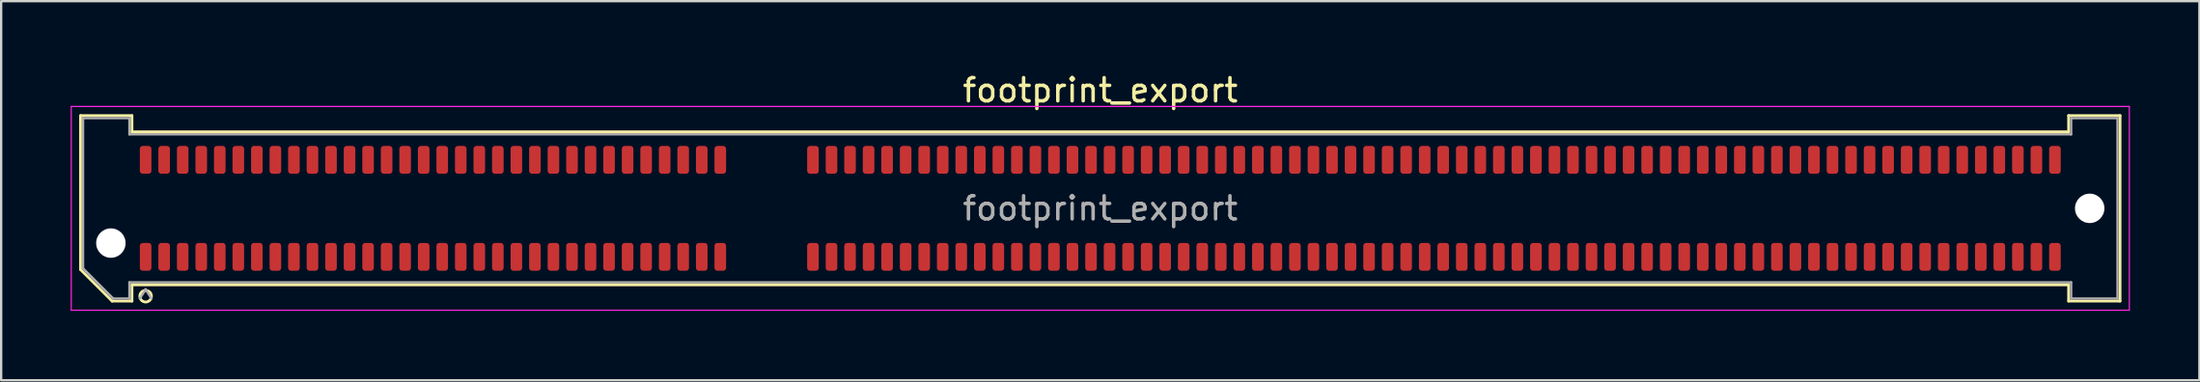
<source format=kicad_pcb>
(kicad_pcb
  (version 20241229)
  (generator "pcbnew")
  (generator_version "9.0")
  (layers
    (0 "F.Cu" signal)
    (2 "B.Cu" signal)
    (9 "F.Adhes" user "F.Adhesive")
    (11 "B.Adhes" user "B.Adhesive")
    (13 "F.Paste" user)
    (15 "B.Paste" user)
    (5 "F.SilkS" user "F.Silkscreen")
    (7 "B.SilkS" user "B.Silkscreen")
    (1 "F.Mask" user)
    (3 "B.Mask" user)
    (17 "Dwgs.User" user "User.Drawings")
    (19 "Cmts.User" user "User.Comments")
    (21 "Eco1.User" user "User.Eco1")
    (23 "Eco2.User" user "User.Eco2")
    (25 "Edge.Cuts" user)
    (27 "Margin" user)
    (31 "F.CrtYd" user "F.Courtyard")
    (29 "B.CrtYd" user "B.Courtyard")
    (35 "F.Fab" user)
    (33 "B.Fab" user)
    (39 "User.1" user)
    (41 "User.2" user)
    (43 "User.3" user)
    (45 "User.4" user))
  (footprint "footprint_export"
    (layer "F.Cu")
    (at 44.435 5.948)
    (property "Reference" "footprint_export" (at 0 -5.1 0) (layer "F.SilkS") (effects (font (size 1 1) (thickness 0.15))))
    (attr smd)
    (fp_line (start -44.01 -4.005) (end -41.79 -4.005) (stroke (width 0.12) (type solid)) (layer "F.SilkS"))
    (fp_line (start -44.01 2.641) (end -44.01 -4.005) (stroke (width 0.12) (type solid)) (layer "F.SilkS"))
    (fp_line (start -42.646 4.005) (end -44.01 2.641) (stroke (width 0.12) (type solid)) (layer "F.SilkS"))
    (fp_line (start -41.79 -4.005) (end -41.79 -3.305) (stroke (width 0.12) (type solid)) (layer "F.SilkS"))
    (fp_line (start -41.79 -3.305) (end 41.79 -3.305) (stroke (width 0.12) (type solid)) (layer "F.SilkS"))
    (fp_line (start -41.79 3.305) (end -41.79 4.005) (stroke (width 0.12) (type solid)) (layer "F.SilkS"))
    (fp_line (start -41.79 4.005) (end -42.646 4.005) (stroke (width 0.12) (type solid)) (layer "F.SilkS"))
    (fp_line (start 41.79 -4.005) (end 44.01 -4.005) (stroke (width 0.12) (type solid)) (layer "F.SilkS"))
    (fp_line (start 41.79 -3.305) (end 41.79 -4.005) (stroke (width 0.12) (type solid)) (layer "F.SilkS"))
    (fp_line (start 41.79 3.305) (end -41.79 3.305) (stroke (width 0.12) (type solid)) (layer "F.SilkS"))
    (fp_line (start 41.79 4.005) (end 41.79 3.305) (stroke (width 0.12) (type solid)) (layer "F.SilkS"))
    (fp_line (start 44.01 -4.005) (end 44.01 4.005) (stroke (width 0.12) (type solid)) (layer "F.SilkS"))
    (fp_line (start 44.01 4.005) (end 41.79 4.005) (stroke (width 0.12) (type solid)) (layer "F.SilkS"))
    (fp_arc (start -40.95 3.795) (mid -41.45 3.795) (end -40.95 3.795) (stroke (width 0.12) (type solid)) (layer "F.SilkS"))
    (fp_line (start -44.41 -4.4) (end -44.41 4.4) (stroke (width 0.05) (type solid)) (layer "F.CrtYd"))
    (fp_line (start -44.41 4.4) (end 44.41 4.4) (stroke (width 0.05) (type solid)) (layer "F.CrtYd"))
    (fp_line (start 44.41 -4.4) (end -44.41 -4.4) (stroke (width 0.05) (type solid)) (layer "F.CrtYd"))
    (fp_line (start 44.41 4.4) (end 44.41 -4.4) (stroke (width 0.05) (type solid)) (layer "F.CrtYd"))
    (fp_line (start -43.9 -3.895) (end -41.9 -3.895) (stroke (width 0.1) (type solid)) (layer "F.Fab"))
    (fp_line (start -43.9 2.595) (end -43.9 -3.895) (stroke (width 0.1) (type solid)) (layer "F.Fab"))
    (fp_line (start -42.6 3.895) (end -43.9 2.595) (stroke (width 0.1) (type solid)) (layer "F.Fab"))
    (fp_line (start -41.9 -3.895) (end -41.9 -3.195) (stroke (width 0.1) (type solid)) (layer "F.Fab"))
    (fp_line (start -41.9 -3.195) (end 41.9 -3.195) (stroke (width 0.1) (type solid)) (layer "F.Fab"))
    (fp_line (start -41.9 3.195) (end -41.9 3.895) (stroke (width 0.1) (type solid)) (layer "F.Fab"))
    (fp_line (start -41.9 3.895) (end -42.6 3.895) (stroke (width 0.1) (type solid)) (layer "F.Fab"))
    (fp_line (start -41.2 3.495) (end -41.45 3.895) (stroke (width 0.1) (type solid)) (layer "F.Fab"))
    (fp_line (start -41.2 3.495) (end -40.95 3.895) (stroke (width 0.1) (type solid)) (layer "F.Fab"))
    (fp_line (start 41.9 -3.895) (end 43.9 -3.895) (stroke (width 0.1) (type solid)) (layer "F.Fab"))
    (fp_line (start 41.9 -3.195) (end 41.9 -3.895) (stroke (width 0.1) (type solid)) (layer "F.Fab"))
    (fp_line (start 41.9 3.195) (end -41.9 3.195) (stroke (width 0.1) (type solid)) (layer "F.Fab"))
    (fp_line (start 41.9 3.895) (end 41.9 3.195) (stroke (width 0.1) (type solid)) (layer "F.Fab"))
    (fp_line (start 43.9 -3.895) (end 43.9 3.895) (stroke (width 0.1) (type solid)) (layer "F.Fab"))
    (fp_line (start 43.9 3.895) (end 41.9 3.895) (stroke (width 0.1) (type solid)) (layer "F.Fab"))
    (fp_text user "${REFERENCE}" (at 0 0 0) (layer "F.Fab") (effects (font (size 1 1) (thickness 0.15))))
    (pad "" np_thru_hole circle (at -42.7 1.5) (size 1.27 1.27) (drill 1.27) (layers "*.Cu" "*.Mask"))
    (pad "" np_thru_hole circle (at 42.7 0) (size 1.27 1.27) (drill 1.27) (layers "*.Cu" "*.Mask"))
    (pad "1" smd roundrect (at -41.2 2.095) (size 0.5 1.2) (layers "F.Cu" "F.Mask" "F.Paste") (roundrect_rratio 0.25))
    (pad "2" smd roundrect (at -41.2 -2.095) (size 0.5 1.2) (layers "F.Cu" "F.Mask" "F.Paste") (roundrect_rratio 0.25))
    (pad "3" smd roundrect (at -40.4 2.095) (size 0.5 1.2) (layers "F.Cu" "F.Mask" "F.Paste") (roundrect_rratio 0.25))
    (pad "4" smd roundrect (at -40.4 -2.095) (size 0.5 1.2) (layers "F.Cu" "F.Mask" "F.Paste") (roundrect_rratio 0.25))
    (pad "5" smd roundrect (at -39.6 2.095) (size 0.5 1.2) (layers "F.Cu" "F.Mask" "F.Paste") (roundrect_rratio 0.25))
    (pad "6" smd roundrect (at -39.6 -2.095) (size 0.5 1.2) (layers "F.Cu" "F.Mask" "F.Paste") (roundrect_rratio 0.25))
    (pad "7" smd roundrect (at -38.8 2.095) (size 0.5 1.2) (layers "F.Cu" "F.Mask" "F.Paste") (roundrect_rratio 0.25))
    (pad "8" smd roundrect (at -38.8 -2.095) (size 0.5 1.2) (layers "F.Cu" "F.Mask" "F.Paste") (roundrect_rratio 0.25))
    (pad "9" smd roundrect (at -38 2.095) (size 0.5 1.2) (layers "F.Cu" "F.Mask" "F.Paste") (roundrect_rratio 0.25))
    (pad "10" smd roundrect (at -38 -2.095) (size 0.5 1.2) (layers "F.Cu" "F.Mask" "F.Paste") (roundrect_rratio 0.25))
    (pad "11" smd roundrect (at -37.2 2.095) (size 0.5 1.2) (layers "F.Cu" "F.Mask" "F.Paste") (roundrect_rratio 0.25))
    (pad "12" smd roundrect (at -37.2 -2.095) (size 0.5 1.2) (layers "F.Cu" "F.Mask" "F.Paste") (roundrect_rratio 0.25))
    (pad "13" smd roundrect (at -36.4 2.095) (size 0.5 1.2) (layers "F.Cu" "F.Mask" "F.Paste") (roundrect_rratio 0.25))
    (pad "14" smd roundrect (at -36.4 -2.095) (size 0.5 1.2) (layers "F.Cu" "F.Mask" "F.Paste") (roundrect_rratio 0.25))
    (pad "15" smd roundrect (at -35.6 2.095) (size 0.5 1.2) (layers "F.Cu" "F.Mask" "F.Paste") (roundrect_rratio 0.25))
    (pad "16" smd roundrect (at -35.6 -2.095) (size 0.5 1.2) (layers "F.Cu" "F.Mask" "F.Paste") (roundrect_rratio 0.25))
    (pad "17" smd roundrect (at -34.8 2.095) (size 0.5 1.2) (layers "F.Cu" "F.Mask" "F.Paste") (roundrect_rratio 0.25))
    (pad "18" smd roundrect (at -34.8 -2.095) (size 0.5 1.2) (layers "F.Cu" "F.Mask" "F.Paste") (roundrect_rratio 0.25))
    (pad "19" smd roundrect (at -34 2.095) (size 0.5 1.2) (layers "F.Cu" "F.Mask" "F.Paste") (roundrect_rratio 0.25))
    (pad "20" smd roundrect (at -34 -2.095) (size 0.5 1.2) (layers "F.Cu" "F.Mask" "F.Paste") (roundrect_rratio 0.25))
    (pad "21" smd roundrect (at -33.2 2.095) (size 0.5 1.2) (layers "F.Cu" "F.Mask" "F.Paste") (roundrect_rratio 0.25))
    (pad "22" smd roundrect (at -33.2 -2.095) (size 0.5 1.2) (layers "F.Cu" "F.Mask" "F.Paste") (roundrect_rratio 0.25))
    (pad "23" smd roundrect (at -32.4 2.095) (size 0.5 1.2) (layers "F.Cu" "F.Mask" "F.Paste") (roundrect_rratio 0.25))
    (pad "24" smd roundrect (at -32.4 -2.095) (size 0.5 1.2) (layers "F.Cu" "F.Mask" "F.Paste") (roundrect_rratio 0.25))
    (pad "25" smd roundrect (at -31.6 2.095) (size 0.5 1.2) (layers "F.Cu" "F.Mask" "F.Paste") (roundrect_rratio 0.25))
    (pad "26" smd roundrect (at -31.6 -2.095) (size 0.5 1.2) (layers "F.Cu" "F.Mask" "F.Paste") (roundrect_rratio 0.25))
    (pad "27" smd roundrect (at -30.8 2.095) (size 0.5 1.2) (layers "F.Cu" "F.Mask" "F.Paste") (roundrect_rratio 0.25))
    (pad "28" smd roundrect (at -30.8 -2.095) (size 0.5 1.2) (layers "F.Cu" "F.Mask" "F.Paste") (roundrect_rratio 0.25))
    (pad "29" smd roundrect (at -30 2.095) (size 0.5 1.2) (layers "F.Cu" "F.Mask" "F.Paste") (roundrect_rratio 0.25))
    (pad "30" smd roundrect (at -30 -2.095) (size 0.5 1.2) (layers "F.Cu" "F.Mask" "F.Paste") (roundrect_rratio 0.25))
    (pad "31" smd roundrect (at -29.2 2.095) (size 0.5 1.2) (layers "F.Cu" "F.Mask" "F.Paste") (roundrect_rratio 0.25))
    (pad "32" smd roundrect (at -29.2 -2.095) (size 0.5 1.2) (layers "F.Cu" "F.Mask" "F.Paste") (roundrect_rratio 0.25))
    (pad "33" smd roundrect (at -28.4 2.095) (size 0.5 1.2) (layers "F.Cu" "F.Mask" "F.Paste") (roundrect_rratio 0.25))
    (pad "34" smd roundrect (at -28.4 -2.095) (size 0.5 1.2) (layers "F.Cu" "F.Mask" "F.Paste") (roundrect_rratio 0.25))
    (pad "35" smd roundrect (at -27.6 2.095) (size 0.5 1.2) (layers "F.Cu" "F.Mask" "F.Paste") (roundrect_rratio 0.25))
    (pad "36" smd roundrect (at -27.6 -2.095) (size 0.5 1.2) (layers "F.Cu" "F.Mask" "F.Paste") (roundrect_rratio 0.25))
    (pad "37" smd roundrect (at -26.8 2.095) (size 0.5 1.2) (layers "F.Cu" "F.Mask" "F.Paste") (roundrect_rratio 0.25))
    (pad "38" smd roundrect (at -26.8 -2.095) (size 0.5 1.2) (layers "F.Cu" "F.Mask" "F.Paste") (roundrect_rratio 0.25))
    (pad "39" smd roundrect (at -26 2.095) (size 0.5 1.2) (layers "F.Cu" "F.Mask" "F.Paste") (roundrect_rratio 0.25))
    (pad "40" smd roundrect (at -26 -2.095) (size 0.5 1.2) (layers "F.Cu" "F.Mask" "F.Paste") (roundrect_rratio 0.25))
    (pad "41" smd roundrect (at -25.2 2.095) (size 0.5 1.2) (layers "F.Cu" "F.Mask" "F.Paste") (roundrect_rratio 0.25))
    (pad "42" smd roundrect (at -25.2 -2.095) (size 0.5 1.2) (layers "F.Cu" "F.Mask" "F.Paste") (roundrect_rratio 0.25))
    (pad "43" smd roundrect (at -24.4 2.095) (size 0.5 1.2) (layers "F.Cu" "F.Mask" "F.Paste") (roundrect_rratio 0.25))
    (pad "44" smd roundrect (at -24.4 -2.095) (size 0.5 1.2) (layers "F.Cu" "F.Mask" "F.Paste") (roundrect_rratio 0.25))
    (pad "45" smd roundrect (at -23.6 2.095) (size 0.5 1.2) (layers "F.Cu" "F.Mask" "F.Paste") (roundrect_rratio 0.25))
    (pad "46" smd roundrect (at -23.6 -2.095) (size 0.5 1.2) (layers "F.Cu" "F.Mask" "F.Paste") (roundrect_rratio 0.25))
    (pad "47" smd roundrect (at -22.8 2.095) (size 0.5 1.2) (layers "F.Cu" "F.Mask" "F.Paste") (roundrect_rratio 0.25))
    (pad "48" smd roundrect (at -22.8 -2.095) (size 0.5 1.2) (layers "F.Cu" "F.Mask" "F.Paste") (roundrect_rratio 0.25))
    (pad "49" smd roundrect (at -22 2.095) (size 0.5 1.2) (layers "F.Cu" "F.Mask" "F.Paste") (roundrect_rratio 0.25))
    (pad "50" smd roundrect (at -22 -2.095) (size 0.5 1.2) (layers "F.Cu" "F.Mask" "F.Paste") (roundrect_rratio 0.25))
    (pad "51" smd roundrect (at -21.2 2.095) (size 0.5 1.2) (layers "F.Cu" "F.Mask" "F.Paste") (roundrect_rratio 0.25))
    (pad "52" smd roundrect (at -21.2 -2.095) (size 0.5 1.2) (layers "F.Cu" "F.Mask" "F.Paste") (roundrect_rratio 0.25))
    (pad "53" smd roundrect (at -20.4 2.095) (size 0.5 1.2) (layers "F.Cu" "F.Mask" "F.Paste") (roundrect_rratio 0.25))
    (pad "54" smd roundrect (at -20.4 -2.095) (size 0.5 1.2) (layers "F.Cu" "F.Mask" "F.Paste") (roundrect_rratio 0.25))
    (pad "55" smd roundrect (at -19.6 2.095) (size 0.5 1.2) (layers "F.Cu" "F.Mask" "F.Paste") (roundrect_rratio 0.25))
    (pad "56" smd roundrect (at -19.6 -2.095) (size 0.5 1.2) (layers "F.Cu" "F.Mask" "F.Paste") (roundrect_rratio 0.25))
    (pad "57" smd roundrect (at -18.8 2.095) (size 0.5 1.2) (layers "F.Cu" "F.Mask" "F.Paste") (roundrect_rratio 0.25))
    (pad "58" smd roundrect (at -18.8 -2.095) (size 0.5 1.2) (layers "F.Cu" "F.Mask" "F.Paste") (roundrect_rratio 0.25))
    (pad "59" smd roundrect (at -18 2.095) (size 0.5 1.2) (layers "F.Cu" "F.Mask" "F.Paste") (roundrect_rratio 0.25))
    (pad "60" smd roundrect (at -18 -2.095) (size 0.5 1.2) (layers "F.Cu" "F.Mask" "F.Paste") (roundrect_rratio 0.25))
    (pad "61" smd roundrect (at -17.2 2.095) (size 0.5 1.2) (layers "F.Cu" "F.Mask" "F.Paste") (roundrect_rratio 0.25))
    (pad "62" smd roundrect (at -17.2 -2.095) (size 0.5 1.2) (layers "F.Cu" "F.Mask" "F.Paste") (roundrect_rratio 0.25))
    (pad "63" smd roundrect (at -16.4 2.095) (size 0.5 1.2) (layers "F.Cu" "F.Mask" "F.Paste") (roundrect_rratio 0.25))
    (pad "64" smd roundrect (at -16.4 -2.095) (size 0.5 1.2) (layers "F.Cu" "F.Mask" "F.Paste") (roundrect_rratio 0.25))
    (pad "65" smd roundrect (at -12.4 2.095) (size 0.5 1.2) (layers "F.Cu" "F.Mask" "F.Paste") (roundrect_rratio 0.25))
    (pad "66" smd roundrect (at -12.4 -2.095) (size 0.5 1.2) (layers "F.Cu" "F.Mask" "F.Paste") (roundrect_rratio 0.25))
    (pad "67" smd roundrect (at -11.6 2.095) (size 0.5 1.2) (layers "F.Cu" "F.Mask" "F.Paste") (roundrect_rratio 0.25))
    (pad "68" smd roundrect (at -11.6 -2.095) (size 0.5 1.2) (layers "F.Cu" "F.Mask" "F.Paste") (roundrect_rratio 0.25))
    (pad "69" smd roundrect (at -10.8 2.095) (size 0.5 1.2) (layers "F.Cu" "F.Mask" "F.Paste") (roundrect_rratio 0.25))
    (pad "70" smd roundrect (at -10.8 -2.095) (size 0.5 1.2) (layers "F.Cu" "F.Mask" "F.Paste") (roundrect_rratio 0.25))
    (pad "71" smd roundrect (at -10 2.095) (size 0.5 1.2) (layers "F.Cu" "F.Mask" "F.Paste") (roundrect_rratio 0.25))
    (pad "72" smd roundrect (at -10 -2.095) (size 0.5 1.2) (layers "F.Cu" "F.Mask" "F.Paste") (roundrect_rratio 0.25))
    (pad "73" smd roundrect (at -9.2 2.095) (size 0.5 1.2) (layers "F.Cu" "F.Mask" "F.Paste") (roundrect_rratio 0.25))
    (pad "74" smd roundrect (at -9.2 -2.095) (size 0.5 1.2) (layers "F.Cu" "F.Mask" "F.Paste") (roundrect_rratio 0.25))
    (pad "75" smd roundrect (at -8.4 2.095) (size 0.5 1.2) (layers "F.Cu" "F.Mask" "F.Paste") (roundrect_rratio 0.25))
    (pad "76" smd roundrect (at -8.4 -2.095) (size 0.5 1.2) (layers "F.Cu" "F.Mask" "F.Paste") (roundrect_rratio 0.25))
    (pad "77" smd roundrect (at -7.6 2.095) (size 0.5 1.2) (layers "F.Cu" "F.Mask" "F.Paste") (roundrect_rratio 0.25))
    (pad "78" smd roundrect (at -7.6 -2.095) (size 0.5 1.2) (layers "F.Cu" "F.Mask" "F.Paste") (roundrect_rratio 0.25))
    (pad "79" smd roundrect (at -6.8 2.095) (size 0.5 1.2) (layers "F.Cu" "F.Mask" "F.Paste") (roundrect_rratio 0.25))
    (pad "80" smd roundrect (at -6.8 -2.095) (size 0.5 1.2) (layers "F.Cu" "F.Mask" "F.Paste") (roundrect_rratio 0.25))
    (pad "81" smd roundrect (at -6 2.095) (size 0.5 1.2) (layers "F.Cu" "F.Mask" "F.Paste") (roundrect_rratio 0.25))
    (pad "82" smd roundrect (at -6 -2.095) (size 0.5 1.2) (layers "F.Cu" "F.Mask" "F.Paste") (roundrect_rratio 0.25))
    (pad "83" smd roundrect (at -5.2 2.095) (size 0.5 1.2) (layers "F.Cu" "F.Mask" "F.Paste") (roundrect_rratio 0.25))
    (pad "84" smd roundrect (at -5.2 -2.095) (size 0.5 1.2) (layers "F.Cu" "F.Mask" "F.Paste") (roundrect_rratio 0.25))
    (pad "85" smd roundrect (at -4.4 2.095) (size 0.5 1.2) (layers "F.Cu" "F.Mask" "F.Paste") (roundrect_rratio 0.25))
    (pad "86" smd roundrect (at -4.4 -2.095) (size 0.5 1.2) (layers "F.Cu" "F.Mask" "F.Paste") (roundrect_rratio 0.25))
    (pad "87" smd roundrect (at -3.6 2.095) (size 0.5 1.2) (layers "F.Cu" "F.Mask" "F.Paste") (roundrect_rratio 0.25))
    (pad "88" smd roundrect (at -3.6 -2.095) (size 0.5 1.2) (layers "F.Cu" "F.Mask" "F.Paste") (roundrect_rratio 0.25))
    (pad "89" smd roundrect (at -2.8 2.095) (size 0.5 1.2) (layers "F.Cu" "F.Mask" "F.Paste") (roundrect_rratio 0.25))
    (pad "90" smd roundrect (at -2.8 -2.095) (size 0.5 1.2) (layers "F.Cu" "F.Mask" "F.Paste") (roundrect_rratio 0.25))
    (pad "91" smd roundrect (at -2 2.095) (size 0.5 1.2) (layers "F.Cu" "F.Mask" "F.Paste") (roundrect_rratio 0.25))
    (pad "92" smd roundrect (at -2 -2.095) (size 0.5 1.2) (layers "F.Cu" "F.Mask" "F.Paste") (roundrect_rratio 0.25))
    (pad "93" smd roundrect (at -1.2 2.095) (size 0.5 1.2) (layers "F.Cu" "F.Mask" "F.Paste") (roundrect_rratio 0.25))
    (pad "94" smd roundrect (at -1.2 -2.095) (size 0.5 1.2) (layers "F.Cu" "F.Mask" "F.Paste") (roundrect_rratio 0.25))
    (pad "95" smd roundrect (at -0.4 2.095) (size 0.5 1.2) (layers "F.Cu" "F.Mask" "F.Paste") (roundrect_rratio 0.25))
    (pad "96" smd roundrect (at -0.4 -2.095) (size 0.5 1.2) (layers "F.Cu" "F.Mask" "F.Paste") (roundrect_rratio 0.25))
    (pad "97" smd roundrect (at 0.4 2.095) (size 0.5 1.2) (layers "F.Cu" "F.Mask" "F.Paste") (roundrect_rratio 0.25))
    (pad "98" smd roundrect (at 0.4 -2.095) (size 0.5 1.2) (layers "F.Cu" "F.Mask" "F.Paste") (roundrect_rratio 0.25))
    (pad "99" smd roundrect (at 1.2 2.095) (size 0.5 1.2) (layers "F.Cu" "F.Mask" "F.Paste") (roundrect_rratio 0.25))
    (pad "100" smd roundrect (at 1.2 -2.095) (size 0.5 1.2) (layers "F.Cu" "F.Mask" "F.Paste") (roundrect_rratio 0.25))
    (pad "101" smd roundrect (at 2 2.095) (size 0.5 1.2) (layers "F.Cu" "F.Mask" "F.Paste") (roundrect_rratio 0.25))
    (pad "102" smd roundrect (at 2 -2.095) (size 0.5 1.2) (layers "F.Cu" "F.Mask" "F.Paste") (roundrect_rratio 0.25))
    (pad "103" smd roundrect (at 2.8 2.095) (size 0.5 1.2) (layers "F.Cu" "F.Mask" "F.Paste") (roundrect_rratio 0.25))
    (pad "104" smd roundrect (at 2.8 -2.095) (size 0.5 1.2) (layers "F.Cu" "F.Mask" "F.Paste") (roundrect_rratio 0.25))
    (pad "105" smd roundrect (at 3.6 2.095) (size 0.5 1.2) (layers "F.Cu" "F.Mask" "F.Paste") (roundrect_rratio 0.25))
    (pad "106" smd roundrect (at 3.6 -2.095) (size 0.5 1.2) (layers "F.Cu" "F.Mask" "F.Paste") (roundrect_rratio 0.25))
    (pad "107" smd roundrect (at 4.4 2.095) (size 0.5 1.2) (layers "F.Cu" "F.Mask" "F.Paste") (roundrect_rratio 0.25))
    (pad "108" smd roundrect (at 4.4 -2.095) (size 0.5 1.2) (layers "F.Cu" "F.Mask" "F.Paste") (roundrect_rratio 0.25))
    (pad "109" smd roundrect (at 5.2 2.095) (size 0.5 1.2) (layers "F.Cu" "F.Mask" "F.Paste") (roundrect_rratio 0.25))
    (pad "110" smd roundrect (at 5.2 -2.095) (size 0.5 1.2) (layers "F.Cu" "F.Mask" "F.Paste") (roundrect_rratio 0.25))
    (pad "111" smd roundrect (at 6 2.095) (size 0.5 1.2) (layers "F.Cu" "F.Mask" "F.Paste") (roundrect_rratio 0.25))
    (pad "112" smd roundrect (at 6 -2.095) (size 0.5 1.2) (layers "F.Cu" "F.Mask" "F.Paste") (roundrect_rratio 0.25))
    (pad "113" smd roundrect (at 6.8 2.095) (size 0.5 1.2) (layers "F.Cu" "F.Mask" "F.Paste") (roundrect_rratio 0.25))
    (pad "114" smd roundrect (at 6.8 -2.095) (size 0.5 1.2) (layers "F.Cu" "F.Mask" "F.Paste") (roundrect_rratio 0.25))
    (pad "115" smd roundrect (at 7.6 2.095) (size 0.5 1.2) (layers "F.Cu" "F.Mask" "F.Paste") (roundrect_rratio 0.25))
    (pad "116" smd roundrect (at 7.6 -2.095) (size 0.5 1.2) (layers "F.Cu" "F.Mask" "F.Paste") (roundrect_rratio 0.25))
    (pad "117" smd roundrect (at 8.4 2.095) (size 0.5 1.2) (layers "F.Cu" "F.Mask" "F.Paste") (roundrect_rratio 0.25))
    (pad "118" smd roundrect (at 8.4 -2.095) (size 0.5 1.2) (layers "F.Cu" "F.Mask" "F.Paste") (roundrect_rratio 0.25))
    (pad "119" smd roundrect (at 9.2 2.095) (size 0.5 1.2) (layers "F.Cu" "F.Mask" "F.Paste") (roundrect_rratio 0.25))
    (pad "120" smd roundrect (at 9.2 -2.095) (size 0.5 1.2) (layers "F.Cu" "F.Mask" "F.Paste") (roundrect_rratio 0.25))
    (pad "121" smd roundrect (at 10 2.095) (size 0.5 1.2) (layers "F.Cu" "F.Mask" "F.Paste") (roundrect_rratio 0.25))
    (pad "122" smd roundrect (at 10 -2.095) (size 0.5 1.2) (layers "F.Cu" "F.Mask" "F.Paste") (roundrect_rratio 0.25))
    (pad "123" smd roundrect (at 10.8 2.095) (size 0.5 1.2) (layers "F.Cu" "F.Mask" "F.Paste") (roundrect_rratio 0.25))
    (pad "124" smd roundrect (at 10.8 -2.095) (size 0.5 1.2) (layers "F.Cu" "F.Mask" "F.Paste") (roundrect_rratio 0.25))
    (pad "125" smd roundrect (at 11.6 2.095) (size 0.5 1.2) (layers "F.Cu" "F.Mask" "F.Paste") (roundrect_rratio 0.25))
    (pad "126" smd roundrect (at 11.6 -2.095) (size 0.5 1.2) (layers "F.Cu" "F.Mask" "F.Paste") (roundrect_rratio 0.25))
    (pad "127" smd roundrect (at 12.4 2.095) (size 0.5 1.2) (layers "F.Cu" "F.Mask" "F.Paste") (roundrect_rratio 0.25))
    (pad "128" smd roundrect (at 12.4 -2.095) (size 0.5 1.2) (layers "F.Cu" "F.Mask" "F.Paste") (roundrect_rratio 0.25))
    (pad "129" smd roundrect (at 13.2 2.095) (size 0.5 1.2) (layers "F.Cu" "F.Mask" "F.Paste") (roundrect_rratio 0.25))
    (pad "130" smd roundrect (at 13.2 -2.095) (size 0.5 1.2) (layers "F.Cu" "F.Mask" "F.Paste") (roundrect_rratio 0.25))
    (pad "131" smd roundrect (at 14 2.095) (size 0.5 1.2) (layers "F.Cu" "F.Mask" "F.Paste") (roundrect_rratio 0.25))
    (pad "132" smd roundrect (at 14 -2.095) (size 0.5 1.2) (layers "F.Cu" "F.Mask" "F.Paste") (roundrect_rratio 0.25))
    (pad "133" smd roundrect (at 14.8 2.095) (size 0.5 1.2) (layers "F.Cu" "F.Mask" "F.Paste") (roundrect_rratio 0.25))
    (pad "134" smd roundrect (at 14.8 -2.095) (size 0.5 1.2) (layers "F.Cu" "F.Mask" "F.Paste") (roundrect_rratio 0.25))
    (pad "135" smd roundrect (at 15.6 2.095) (size 0.5 1.2) (layers "F.Cu" "F.Mask" "F.Paste") (roundrect_rratio 0.25))
    (pad "136" smd roundrect (at 15.6 -2.095) (size 0.5 1.2) (layers "F.Cu" "F.Mask" "F.Paste") (roundrect_rratio 0.25))
    (pad "137" smd roundrect (at 16.4 2.095) (size 0.5 1.2) (layers "F.Cu" "F.Mask" "F.Paste") (roundrect_rratio 0.25))
    (pad "138" smd roundrect (at 16.4 -2.095) (size 0.5 1.2) (layers "F.Cu" "F.Mask" "F.Paste") (roundrect_rratio 0.25))
    (pad "139" smd roundrect (at 17.2 2.095) (size 0.5 1.2) (layers "F.Cu" "F.Mask" "F.Paste") (roundrect_rratio 0.25))
    (pad "140" smd roundrect (at 17.2 -2.095) (size 0.5 1.2) (layers "F.Cu" "F.Mask" "F.Paste") (roundrect_rratio 0.25))
    (pad "141" smd roundrect (at 18 2.095) (size 0.5 1.2) (layers "F.Cu" "F.Mask" "F.Paste") (roundrect_rratio 0.25))
    (pad "142" smd roundrect (at 18 -2.095) (size 0.5 1.2) (layers "F.Cu" "F.Mask" "F.Paste") (roundrect_rratio 0.25))
    (pad "143" smd roundrect (at 18.8 2.095) (size 0.5 1.2) (layers "F.Cu" "F.Mask" "F.Paste") (roundrect_rratio 0.25))
    (pad "144" smd roundrect (at 18.8 -2.095) (size 0.5 1.2) (layers "F.Cu" "F.Mask" "F.Paste") (roundrect_rratio 0.25))
    (pad "145" smd roundrect (at 19.6 2.095) (size 0.5 1.2) (layers "F.Cu" "F.Mask" "F.Paste") (roundrect_rratio 0.25))
    (pad "146" smd roundrect (at 19.6 -2.095) (size 0.5 1.2) (layers "F.Cu" "F.Mask" "F.Paste") (roundrect_rratio 0.25))
    (pad "147" smd roundrect (at 20.4 2.095) (size 0.5 1.2) (layers "F.Cu" "F.Mask" "F.Paste") (roundrect_rratio 0.25))
    (pad "148" smd roundrect (at 20.4 -2.095) (size 0.5 1.2) (layers "F.Cu" "F.Mask" "F.Paste") (roundrect_rratio 0.25))
    (pad "149" smd roundrect (at 21.2 2.095) (size 0.5 1.2) (layers "F.Cu" "F.Mask" "F.Paste") (roundrect_rratio 0.25))
    (pad "150" smd roundrect (at 21.2 -2.095) (size 0.5 1.2) (layers "F.Cu" "F.Mask" "F.Paste") (roundrect_rratio 0.25))
    (pad "151" smd roundrect (at 22 2.095) (size 0.5 1.2) (layers "F.Cu" "F.Mask" "F.Paste") (roundrect_rratio 0.25))
    (pad "152" smd roundrect (at 22 -2.095) (size 0.5 1.2) (layers "F.Cu" "F.Mask" "F.Paste") (roundrect_rratio 0.25))
    (pad "153" smd roundrect (at 22.8 2.095) (size 0.5 1.2) (layers "F.Cu" "F.Mask" "F.Paste") (roundrect_rratio 0.25))
    (pad "154" smd roundrect (at 22.8 -2.095) (size 0.5 1.2) (layers "F.Cu" "F.Mask" "F.Paste") (roundrect_rratio 0.25))
    (pad "155" smd roundrect (at 23.6 2.095) (size 0.5 1.2) (layers "F.Cu" "F.Mask" "F.Paste") (roundrect_rratio 0.25))
    (pad "156" smd roundrect (at 23.6 -2.095) (size 0.5 1.2) (layers "F.Cu" "F.Mask" "F.Paste") (roundrect_rratio 0.25))
    (pad "157" smd roundrect (at 24.4 2.095) (size 0.5 1.2) (layers "F.Cu" "F.Mask" "F.Paste") (roundrect_rratio 0.25))
    (pad "158" smd roundrect (at 24.4 -2.095) (size 0.5 1.2) (layers "F.Cu" "F.Mask" "F.Paste") (roundrect_rratio 0.25))
    (pad "159" smd roundrect (at 25.2 2.095) (size 0.5 1.2) (layers "F.Cu" "F.Mask" "F.Paste") (roundrect_rratio 0.25))
    (pad "160" smd roundrect (at 25.2 -2.095) (size 0.5 1.2) (layers "F.Cu" "F.Mask" "F.Paste") (roundrect_rratio 0.25))
    (pad "161" smd roundrect (at 26 2.095) (size 0.5 1.2) (layers "F.Cu" "F.Mask" "F.Paste") (roundrect_rratio 0.25))
    (pad "162" smd roundrect (at 26 -2.095) (size 0.5 1.2) (layers "F.Cu" "F.Mask" "F.Paste") (roundrect_rratio 0.25))
    (pad "163" smd roundrect (at 26.8 2.095) (size 0.5 1.2) (layers "F.Cu" "F.Mask" "F.Paste") (roundrect_rratio 0.25))
    (pad "164" smd roundrect (at 26.8 -2.095) (size 0.5 1.2) (layers "F.Cu" "F.Mask" "F.Paste") (roundrect_rratio 0.25))
    (pad "165" smd roundrect (at 27.6 2.095) (size 0.5 1.2) (layers "F.Cu" "F.Mask" "F.Paste") (roundrect_rratio 0.25))
    (pad "166" smd roundrect (at 27.6 -2.095) (size 0.5 1.2) (layers "F.Cu" "F.Mask" "F.Paste") (roundrect_rratio 0.25))
    (pad "167" smd roundrect (at 28.4 2.095) (size 0.5 1.2) (layers "F.Cu" "F.Mask" "F.Paste") (roundrect_rratio 0.25))
    (pad "168" smd roundrect (at 28.4 -2.095) (size 0.5 1.2) (layers "F.Cu" "F.Mask" "F.Paste") (roundrect_rratio 0.25))
    (pad "169" smd roundrect (at 29.2 2.095) (size 0.5 1.2) (layers "F.Cu" "F.Mask" "F.Paste") (roundrect_rratio 0.25))
    (pad "170" smd roundrect (at 29.2 -2.095) (size 0.5 1.2) (layers "F.Cu" "F.Mask" "F.Paste") (roundrect_rratio 0.25))
    (pad "171" smd roundrect (at 30 2.095) (size 0.5 1.2) (layers "F.Cu" "F.Mask" "F.Paste") (roundrect_rratio 0.25))
    (pad "172" smd roundrect (at 30 -2.095) (size 0.5 1.2) (layers "F.Cu" "F.Mask" "F.Paste") (roundrect_rratio 0.25))
    (pad "173" smd roundrect (at 30.8 2.095) (size 0.5 1.2) (layers "F.Cu" "F.Mask" "F.Paste") (roundrect_rratio 0.25))
    (pad "174" smd roundrect (at 30.8 -2.095) (size 0.5 1.2) (layers "F.Cu" "F.Mask" "F.Paste") (roundrect_rratio 0.25))
    (pad "175" smd roundrect (at 31.6 2.095) (size 0.5 1.2) (layers "F.Cu" "F.Mask" "F.Paste") (roundrect_rratio 0.25))
    (pad "176" smd roundrect (at 31.6 -2.095) (size 0.5 1.2) (layers "F.Cu" "F.Mask" "F.Paste") (roundrect_rratio 0.25))
    (pad "177" smd roundrect (at 32.4 2.095) (size 0.5 1.2) (layers "F.Cu" "F.Mask" "F.Paste") (roundrect_rratio 0.25))
    (pad "178" smd roundrect (at 32.4 -2.095) (size 0.5 1.2) (layers "F.Cu" "F.Mask" "F.Paste") (roundrect_rratio 0.25))
    (pad "179" smd roundrect (at 33.2 2.095) (size 0.5 1.2) (layers "F.Cu" "F.Mask" "F.Paste") (roundrect_rratio 0.25))
    (pad "180" smd roundrect (at 33.2 -2.095) (size 0.5 1.2) (layers "F.Cu" "F.Mask" "F.Paste") (roundrect_rratio 0.25))
    (pad "181" smd roundrect (at 34 2.095) (size 0.5 1.2) (layers "F.Cu" "F.Mask" "F.Paste") (roundrect_rratio 0.25))
    (pad "182" smd roundrect (at 34 -2.095) (size 0.5 1.2) (layers "F.Cu" "F.Mask" "F.Paste") (roundrect_rratio 0.25))
    (pad "183" smd roundrect (at 34.8 2.095) (size 0.5 1.2) (layers "F.Cu" "F.Mask" "F.Paste") (roundrect_rratio 0.25))
    (pad "184" smd roundrect (at 34.8 -2.095) (size 0.5 1.2) (layers "F.Cu" "F.Mask" "F.Paste") (roundrect_rratio 0.25))
    (pad "185" smd roundrect (at 35.6 2.095) (size 0.5 1.2) (layers "F.Cu" "F.Mask" "F.Paste") (roundrect_rratio 0.25))
    (pad "186" smd roundrect (at 35.6 -2.095) (size 0.5 1.2) (layers "F.Cu" "F.Mask" "F.Paste") (roundrect_rratio 0.25))
    (pad "187" smd roundrect (at 36.4 2.095) (size 0.5 1.2) (layers "F.Cu" "F.Mask" "F.Paste") (roundrect_rratio 0.25))
    (pad "188" smd roundrect (at 36.4 -2.095) (size 0.5 1.2) (layers "F.Cu" "F.Mask" "F.Paste") (roundrect_rratio 0.25))
    (pad "189" smd roundrect (at 37.2 2.095) (size 0.5 1.2) (layers "F.Cu" "F.Mask" "F.Paste") (roundrect_rratio 0.25))
    (pad "190" smd roundrect (at 37.2 -2.095) (size 0.5 1.2) (layers "F.Cu" "F.Mask" "F.Paste") (roundrect_rratio 0.25))
    (pad "191" smd roundrect (at 38 2.095) (size 0.5 1.2) (layers "F.Cu" "F.Mask" "F.Paste") (roundrect_rratio 0.25))
    (pad "192" smd roundrect (at 38 -2.095) (size 0.5 1.2) (layers "F.Cu" "F.Mask" "F.Paste") (roundrect_rratio 0.25))
    (pad "193" smd roundrect (at 38.8 2.095) (size 0.5 1.2) (layers "F.Cu" "F.Mask" "F.Paste") (roundrect_rratio 0.25))
    (pad "194" smd roundrect (at 38.8 -2.095) (size 0.5 1.2) (layers "F.Cu" "F.Mask" "F.Paste") (roundrect_rratio 0.25))
    (pad "195" smd roundrect (at 39.6 2.095) (size 0.5 1.2) (layers "F.Cu" "F.Mask" "F.Paste") (roundrect_rratio 0.25))
    (pad "196" smd roundrect (at 39.6 -2.095) (size 0.5 1.2) (layers "F.Cu" "F.Mask" "F.Paste") (roundrect_rratio 0.25))
    (pad "197" smd roundrect (at 40.4 2.095) (size 0.5 1.2) (layers "F.Cu" "F.Mask" "F.Paste") (roundrect_rratio 0.25))
    (pad "198" smd roundrect (at 40.4 -2.095) (size 0.5 1.2) (layers "F.Cu" "F.Mask" "F.Paste") (roundrect_rratio 0.25))
    (pad "199" smd roundrect (at 41.2 2.095) (size 0.5 1.2) (layers "F.Cu" "F.Mask" "F.Paste") (roundrect_rratio 0.25))
    (pad "200" smd roundrect (at 41.2 -2.095) (size 0.5 1.2) (layers "F.Cu" "F.Mask" "F.Paste") (roundrect_rratio 0.25)))
  (gr_rect
    (start -3 -3)
    (end 91.87 13.373)
    (stroke (width 0.1) (type default))
    (fill no)
    (layer "Edge.Cuts")))
</source>
